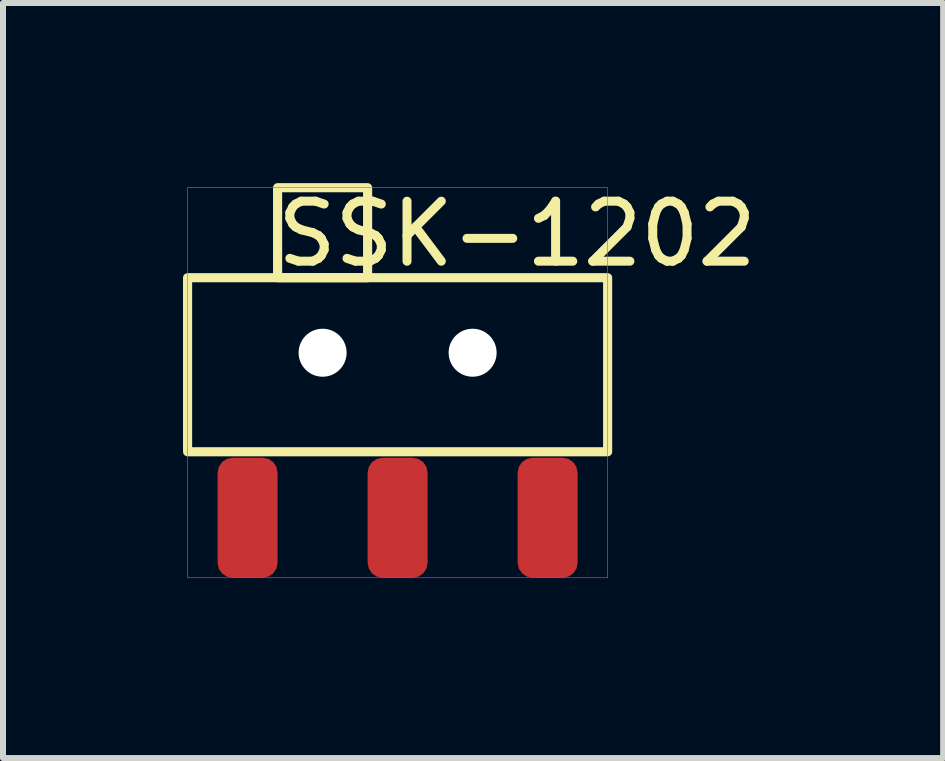
<source format=kicad_pcb>
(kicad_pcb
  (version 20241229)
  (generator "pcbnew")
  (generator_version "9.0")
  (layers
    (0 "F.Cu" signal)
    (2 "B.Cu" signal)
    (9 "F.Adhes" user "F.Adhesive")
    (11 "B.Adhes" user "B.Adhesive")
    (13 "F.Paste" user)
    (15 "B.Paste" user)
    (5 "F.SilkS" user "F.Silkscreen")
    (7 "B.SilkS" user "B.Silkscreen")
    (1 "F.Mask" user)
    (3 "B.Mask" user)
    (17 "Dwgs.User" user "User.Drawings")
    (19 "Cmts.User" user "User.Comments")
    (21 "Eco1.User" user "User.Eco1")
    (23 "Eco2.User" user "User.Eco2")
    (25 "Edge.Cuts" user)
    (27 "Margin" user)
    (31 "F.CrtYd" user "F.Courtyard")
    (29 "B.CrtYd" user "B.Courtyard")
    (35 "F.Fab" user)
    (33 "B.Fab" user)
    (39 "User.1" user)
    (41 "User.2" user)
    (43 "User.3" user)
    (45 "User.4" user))
  (footprint "SSK-1202"
    (layer "F.Cu")
    (at 3.576 5.578)
    (property "Reference" "SSK-1202" (at 1.99 -4.73 0) (unlocked yes) (layer "F.SilkS") (effects (font (size 1 1) (thickness 0.15))))
    (attr smd)
    (fp_rect (start -3.5 -1.1) (end 3.5 -4) (stroke (width 0.152) (type solid)) (fill no) (layer "F.SilkS"))
    (fp_rect (start -2 -5.5) (end -0.5 -4) (stroke (width 0.152) (type solid)) (fill no) (layer "F.SilkS"))
    (fp_rect (start -3.5 -5.5) (end 3.5 1) (stroke (width 0.01) (type solid)) (fill no) (layer "F.CrtYd"))
    (pad "" np_thru_hole circle (at -1.25 -2.75) (size 0.8 0.8) (drill 0.8) (layers "*.Cu" "*.Mask"))
    (pad "" np_thru_hole circle (at 1.25 -2.75) (size 0.8 0.8) (drill 0.8) (layers "*.Cu" "*.Mask"))
    (pad "1" smd roundrect (at -2.5 0) (size 1 2) (layers "F.Cu" "F.Mask" "F.Paste") (roundrect_rratio 0.25))
    (pad "2" smd roundrect (at 0 0) (size 1 2) (layers "F.Cu" "F.Mask" "F.Paste") (roundrect_rratio 0.25))
    (pad "3" smd roundrect (at 2.5 0) (size 1 2) (layers "F.Cu" "F.Mask" "F.Paste") (roundrect_rratio 0.25)))
  (gr_rect
    (start -3 -3)
    (end 12.667 9.583)
    (stroke (width 0.1) (type default))
    (fill no)
    (layer "Edge.Cuts")))
</source>
